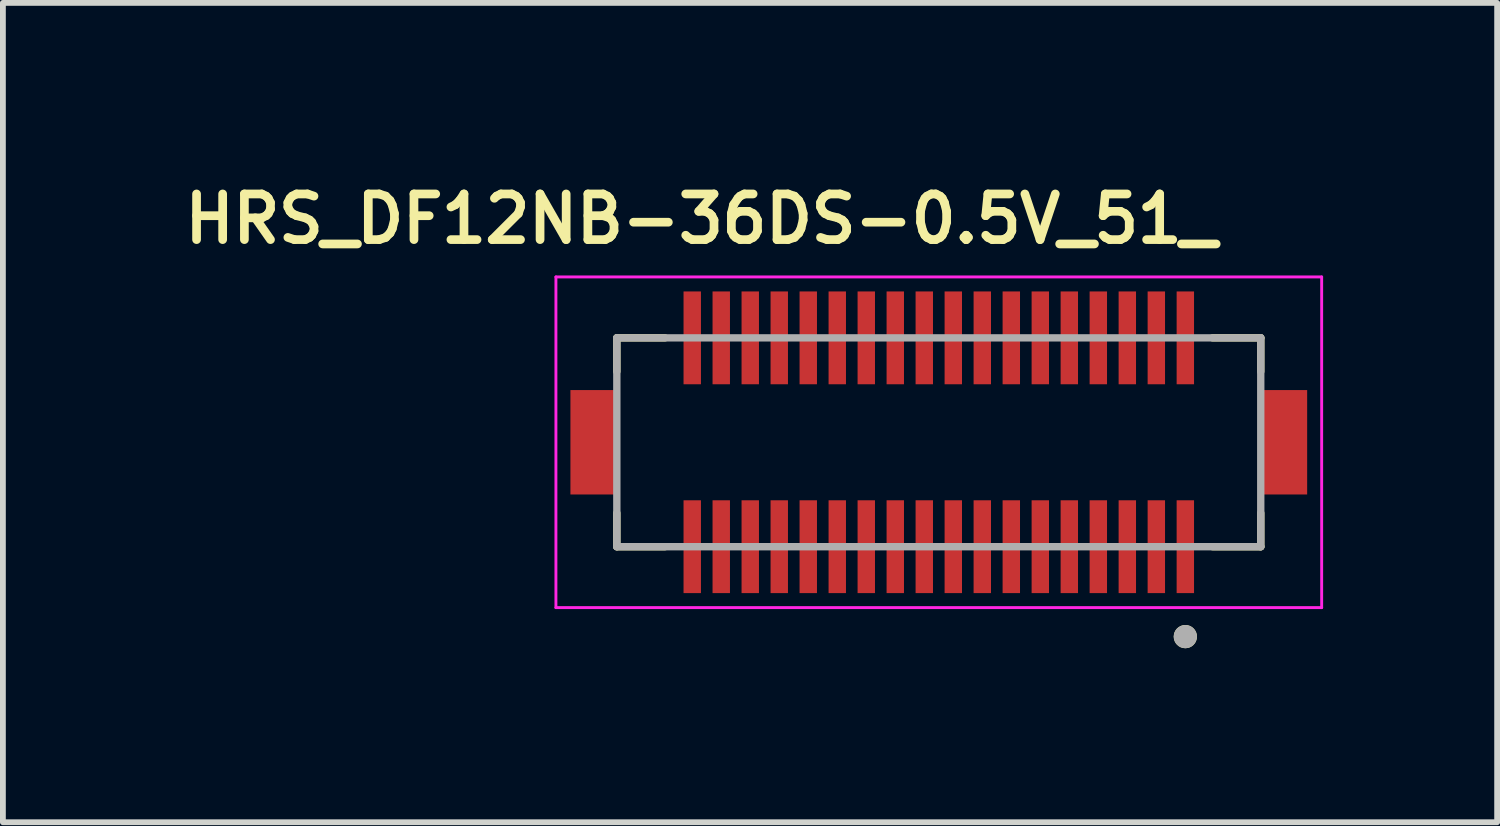
<source format=kicad_pcb>
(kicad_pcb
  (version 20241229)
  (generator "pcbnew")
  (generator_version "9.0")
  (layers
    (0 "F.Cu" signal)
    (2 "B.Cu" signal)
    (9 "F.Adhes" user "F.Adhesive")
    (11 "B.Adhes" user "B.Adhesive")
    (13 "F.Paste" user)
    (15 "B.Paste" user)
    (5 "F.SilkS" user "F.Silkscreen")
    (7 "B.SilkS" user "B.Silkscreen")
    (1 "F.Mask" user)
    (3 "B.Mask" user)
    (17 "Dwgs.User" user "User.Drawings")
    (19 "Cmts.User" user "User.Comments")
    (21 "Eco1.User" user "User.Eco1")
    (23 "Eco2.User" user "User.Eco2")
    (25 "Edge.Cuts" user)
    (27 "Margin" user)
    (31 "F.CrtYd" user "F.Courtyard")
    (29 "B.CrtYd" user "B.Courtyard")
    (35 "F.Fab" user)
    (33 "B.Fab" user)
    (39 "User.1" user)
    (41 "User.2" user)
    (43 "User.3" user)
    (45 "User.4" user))
  (footprint "HRS_DF12NB-36DS-0.5V_51_"
    (layer "F.Cu")
    (at 13.133 4.574)
    (property "Reference" "HRS_DF12NB-36DS-0.5V_51_" (at -4.1 -3.85 0) (layer "F.SilkS") (effects (font (size 0.787 0.787) (thickness 0.15))))
    (attr smd)
    (fp_poly (pts (xy -4.45 -2.65) (xy -4.05 -2.65) (xy -4.05 -0.95) (xy -4.45 -0.95)) (stroke (width 0.01) (type solid)) (fill yes) (layer "F.Mask"))
    (fp_poly (pts (xy -4.45 0.95) (xy -4.05 0.95) (xy -4.05 2.65) (xy -4.45 2.65)) (stroke (width 0.01) (type solid)) (fill yes) (layer "F.Mask"))
    (fp_poly (pts (xy -3.95 -2.65) (xy -3.55 -2.65) (xy -3.55 -0.95) (xy -3.95 -0.95)) (stroke (width 0.01) (type solid)) (fill yes) (layer "F.Mask"))
    (fp_poly (pts (xy -3.95 0.95) (xy -3.55 0.95) (xy -3.55 2.65) (xy -3.95 2.65)) (stroke (width 0.01) (type solid)) (fill yes) (layer "F.Mask"))
    (fp_poly (pts (xy -3.45 -2.65) (xy -3.05 -2.65) (xy -3.05 -0.95) (xy -3.45 -0.95)) (stroke (width 0.01) (type solid)) (fill yes) (layer "F.Mask"))
    (fp_poly (pts (xy -3.45 0.95) (xy -3.05 0.95) (xy -3.05 2.65) (xy -3.45 2.65)) (stroke (width 0.01) (type solid)) (fill yes) (layer "F.Mask"))
    (fp_poly (pts (xy -2.95 -2.65) (xy -2.55 -2.65) (xy -2.55 -0.95) (xy -2.95 -0.95)) (stroke (width 0.01) (type solid)) (fill yes) (layer "F.Mask"))
    (fp_poly (pts (xy -2.95 0.95) (xy -2.55 0.95) (xy -2.55 2.65) (xy -2.95 2.65)) (stroke (width 0.01) (type solid)) (fill yes) (layer "F.Mask"))
    (fp_poly (pts (xy -2.45 -2.65) (xy -2.05 -2.65) (xy -2.05 -0.95) (xy -2.45 -0.95)) (stroke (width 0.01) (type solid)) (fill yes) (layer "F.Mask"))
    (fp_poly (pts (xy -2.45 0.95) (xy -2.05 0.95) (xy -2.05 2.65) (xy -2.45 2.65)) (stroke (width 0.01) (type solid)) (fill yes) (layer "F.Mask"))
    (fp_poly (pts (xy -1.95 -2.65) (xy -1.55 -2.65) (xy -1.55 -0.95) (xy -1.95 -0.95)) (stroke (width 0.01) (type solid)) (fill yes) (layer "F.Mask"))
    (fp_poly (pts (xy -1.95 0.95) (xy -1.55 0.95) (xy -1.55 2.65) (xy -1.95 2.65)) (stroke (width 0.01) (type solid)) (fill yes) (layer "F.Mask"))
    (fp_poly (pts (xy -1.45 -2.65) (xy -1.05 -2.65) (xy -1.05 -0.95) (xy -1.45 -0.95)) (stroke (width 0.01) (type solid)) (fill yes) (layer "F.Mask"))
    (fp_poly (pts (xy -1.45 0.95) (xy -1.05 0.95) (xy -1.05 2.65) (xy -1.45 2.65)) (stroke (width 0.01) (type solid)) (fill yes) (layer "F.Mask"))
    (fp_poly (pts (xy -0.95 -2.65) (xy -0.55 -2.65) (xy -0.55 -0.95) (xy -0.95 -0.95)) (stroke (width 0.01) (type solid)) (fill yes) (layer "F.Mask"))
    (fp_poly (pts (xy -0.95 0.95) (xy -0.55 0.95) (xy -0.55 2.65) (xy -0.95 2.65)) (stroke (width 0.01) (type solid)) (fill yes) (layer "F.Mask"))
    (fp_poly (pts (xy -0.45 -2.65) (xy -0.05 -2.65) (xy -0.05 -0.95) (xy -0.45 -0.95)) (stroke (width 0.01) (type solid)) (fill yes) (layer "F.Mask"))
    (fp_poly (pts (xy -0.45 0.95) (xy -0.05 0.95) (xy -0.05 2.65) (xy -0.45 2.65)) (stroke (width 0.01) (type solid)) (fill yes) (layer "F.Mask"))
    (fp_poly (pts (xy 0.05 -2.65) (xy 0.45 -2.65) (xy 0.45 -0.95) (xy 0.05 -0.95)) (stroke (width 0.01) (type solid)) (fill yes) (layer "F.Mask"))
    (fp_poly (pts (xy 0.05 0.95) (xy 0.45 0.95) (xy 0.45 2.65) (xy 0.05 2.65)) (stroke (width 0.01) (type solid)) (fill yes) (layer "F.Mask"))
    (fp_poly (pts (xy 0.55 -2.65) (xy 0.95 -2.65) (xy 0.95 -0.95) (xy 0.55 -0.95)) (stroke (width 0.01) (type solid)) (fill yes) (layer "F.Mask"))
    (fp_poly (pts (xy 0.55 0.95) (xy 0.95 0.95) (xy 0.95 2.65) (xy 0.55 2.65)) (stroke (width 0.01) (type solid)) (fill yes) (layer "F.Mask"))
    (fp_poly (pts (xy 1.05 -2.65) (xy 1.45 -2.65) (xy 1.45 -0.95) (xy 1.05 -0.95)) (stroke (width 0.01) (type solid)) (fill yes) (layer "F.Mask"))
    (fp_poly (pts (xy 1.05 0.95) (xy 1.45 0.95) (xy 1.45 2.65) (xy 1.05 2.65)) (stroke (width 0.01) (type solid)) (fill yes) (layer "F.Mask"))
    (fp_poly (pts (xy 1.55 -2.65) (xy 1.95 -2.65) (xy 1.95 -0.95) (xy 1.55 -0.95)) (stroke (width 0.01) (type solid)) (fill yes) (layer "F.Mask"))
    (fp_poly (pts (xy 1.55 0.95) (xy 1.95 0.95) (xy 1.95 2.65) (xy 1.55 2.65)) (stroke (width 0.01) (type solid)) (fill yes) (layer "F.Mask"))
    (fp_poly (pts (xy 2.05 -2.65) (xy 2.45 -2.65) (xy 2.45 -0.95) (xy 2.05 -0.95)) (stroke (width 0.01) (type solid)) (fill yes) (layer "F.Mask"))
    (fp_poly (pts (xy 2.05 0.95) (xy 2.45 0.95) (xy 2.45 2.65) (xy 2.05 2.65)) (stroke (width 0.01) (type solid)) (fill yes) (layer "F.Mask"))
    (fp_poly (pts (xy 2.55 -2.65) (xy 2.95 -2.65) (xy 2.95 -0.95) (xy 2.55 -0.95)) (stroke (width 0.01) (type solid)) (fill yes) (layer "F.Mask"))
    (fp_poly (pts (xy 2.55 0.95) (xy 2.95 0.95) (xy 2.95 2.65) (xy 2.55 2.65)) (stroke (width 0.01) (type solid)) (fill yes) (layer "F.Mask"))
    (fp_poly (pts (xy 3.05 -2.65) (xy 3.45 -2.65) (xy 3.45 -0.95) (xy 3.05 -0.95)) (stroke (width 0.01) (type solid)) (fill yes) (layer "F.Mask"))
    (fp_poly (pts (xy 3.05 0.95) (xy 3.45 0.95) (xy 3.45 2.65) (xy 3.05 2.65)) (stroke (width 0.01) (type solid)) (fill yes) (layer "F.Mask"))
    (fp_poly (pts (xy 3.55 -2.65) (xy 3.95 -2.65) (xy 3.95 -0.95) (xy 3.55 -0.95)) (stroke (width 0.01) (type solid)) (fill yes) (layer "F.Mask"))
    (fp_poly (pts (xy 3.55 0.95) (xy 3.95 0.95) (xy 3.95 2.65) (xy 3.55 2.65)) (stroke (width 0.01) (type solid)) (fill yes) (layer "F.Mask"))
    (fp_poly (pts (xy 4.05 -2.65) (xy 4.45 -2.65) (xy 4.45 -0.95) (xy 4.05 -0.95)) (stroke (width 0.01) (type solid)) (fill yes) (layer "F.Mask"))
    (fp_poly (pts (xy 4.05 0.95) (xy 4.45 0.95) (xy 4.45 2.65) (xy 4.05 2.65)) (stroke (width 0.01) (type solid)) (fill yes) (layer "F.Mask"))
    (fp_line (start -5.55 -1.8) (end -5.55 -1.22) (stroke (width 0.127) (type solid)) (layer "F.SilkS"))
    (fp_line (start -5.55 1.8) (end -5.55 1.22) (stroke (width 0.127) (type solid)) (layer "F.SilkS"))
    (fp_line (start -5.55 1.8) (end -4.72 1.8) (stroke (width 0.127) (type solid)) (layer "F.SilkS"))
    (fp_line (start -4.72 -1.8) (end -5.55 -1.8) (stroke (width 0.127) (type solid)) (layer "F.SilkS"))
    (fp_line (start 4.72 1.8) (end 5.55 1.8) (stroke (width 0.127) (type solid)) (layer "F.SilkS"))
    (fp_line (start 5.55 -1.8) (end 4.72 -1.8) (stroke (width 0.127) (type solid)) (layer "F.SilkS"))
    (fp_line (start 5.55 -1.22) (end 5.55 -1.8) (stroke (width 0.127) (type solid)) (layer "F.SilkS"))
    (fp_line (start 5.55 1.8) (end 5.55 1.22) (stroke (width 0.127) (type solid)) (layer "F.SilkS"))
    (fp_circle (center 4.25 3.35) (end 4.35 3.35) (stroke (width 0.2) (type solid)) (fill no) (layer "F.SilkS"))
    (fp_poly (pts (xy -4.39 -2.6) (xy -4.11 -2.6) (xy -4.11 -1.4) (xy -4.39 -1.4)) (stroke (width 0.01) (type solid)) (fill yes) (layer "F.Paste"))
    (fp_poly (pts (xy -4.39 1.4) (xy -4.11 1.4) (xy -4.11 2.6) (xy -4.39 2.6)) (stroke (width 0.01) (type solid)) (fill yes) (layer "F.Paste"))
    (fp_poly (pts (xy -3.89 -2.6) (xy -3.61 -2.6) (xy -3.61 -1.4) (xy -3.89 -1.4)) (stroke (width 0.01) (type solid)) (fill yes) (layer "F.Paste"))
    (fp_poly (pts (xy -3.89 1.4) (xy -3.61 1.4) (xy -3.61 2.6) (xy -3.89 2.6)) (stroke (width 0.01) (type solid)) (fill yes) (layer "F.Paste"))
    (fp_poly (pts (xy -3.39 -2.6) (xy -3.11 -2.6) (xy -3.11 -1.4) (xy -3.39 -1.4)) (stroke (width 0.01) (type solid)) (fill yes) (layer "F.Paste"))
    (fp_poly (pts (xy -3.39 1.4) (xy -3.11 1.4) (xy -3.11 2.6) (xy -3.39 2.6)) (stroke (width 0.01) (type solid)) (fill yes) (layer "F.Paste"))
    (fp_poly (pts (xy -2.89 -2.6) (xy -2.61 -2.6) (xy -2.61 -1.4) (xy -2.89 -1.4)) (stroke (width 0.01) (type solid)) (fill yes) (layer "F.Paste"))
    (fp_poly (pts (xy -2.89 1.4) (xy -2.61 1.4) (xy -2.61 2.6) (xy -2.89 2.6)) (stroke (width 0.01) (type solid)) (fill yes) (layer "F.Paste"))
    (fp_poly (pts (xy -2.39 -2.6) (xy -2.11 -2.6) (xy -2.11 -1.4) (xy -2.39 -1.4)) (stroke (width 0.01) (type solid)) (fill yes) (layer "F.Paste"))
    (fp_poly (pts (xy -2.39 1.4) (xy -2.11 1.4) (xy -2.11 2.6) (xy -2.39 2.6)) (stroke (width 0.01) (type solid)) (fill yes) (layer "F.Paste"))
    (fp_poly (pts (xy -1.89 -2.6) (xy -1.61 -2.6) (xy -1.61 -1.4) (xy -1.89 -1.4)) (stroke (width 0.01) (type solid)) (fill yes) (layer "F.Paste"))
    (fp_poly (pts (xy -1.89 1.4) (xy -1.61 1.4) (xy -1.61 2.6) (xy -1.89 2.6)) (stroke (width 0.01) (type solid)) (fill yes) (layer "F.Paste"))
    (fp_poly (pts (xy -1.39 -2.6) (xy -1.11 -2.6) (xy -1.11 -1.4) (xy -1.39 -1.4)) (stroke (width 0.01) (type solid)) (fill yes) (layer "F.Paste"))
    (fp_poly (pts (xy -1.39 1.4) (xy -1.11 1.4) (xy -1.11 2.6) (xy -1.39 2.6)) (stroke (width 0.01) (type solid)) (fill yes) (layer "F.Paste"))
    (fp_poly (pts (xy -0.89 -2.6) (xy -0.61 -2.6) (xy -0.61 -1.4) (xy -0.89 -1.4)) (stroke (width 0.01) (type solid)) (fill yes) (layer "F.Paste"))
    (fp_poly (pts (xy -0.89 1.4) (xy -0.61 1.4) (xy -0.61 2.6) (xy -0.89 2.6)) (stroke (width 0.01) (type solid)) (fill yes) (layer "F.Paste"))
    (fp_poly (pts (xy -0.39 -2.6) (xy -0.11 -2.6) (xy -0.11 -1.4) (xy -0.39 -1.4)) (stroke (width 0.01) (type solid)) (fill yes) (layer "F.Paste"))
    (fp_poly (pts (xy -0.39 1.4) (xy -0.11 1.4) (xy -0.11 2.6) (xy -0.39 2.6)) (stroke (width 0.01) (type solid)) (fill yes) (layer "F.Paste"))
    (fp_poly (pts (xy 0.11 -2.6) (xy 0.39 -2.6) (xy 0.39 -1.4) (xy 0.11 -1.4)) (stroke (width 0.01) (type solid)) (fill yes) (layer "F.Paste"))
    (fp_poly (pts (xy 0.11 1.4) (xy 0.39 1.4) (xy 0.39 2.6) (xy 0.11 2.6)) (stroke (width 0.01) (type solid)) (fill yes) (layer "F.Paste"))
    (fp_poly (pts (xy 0.61 -2.6) (xy 0.89 -2.6) (xy 0.89 -1.4) (xy 0.61 -1.4)) (stroke (width 0.01) (type solid)) (fill yes) (layer "F.Paste"))
    (fp_poly (pts (xy 0.61 1.4) (xy 0.89 1.4) (xy 0.89 2.6) (xy 0.61 2.6)) (stroke (width 0.01) (type solid)) (fill yes) (layer "F.Paste"))
    (fp_poly (pts (xy 1.11 -2.6) (xy 1.39 -2.6) (xy 1.39 -1.4) (xy 1.11 -1.4)) (stroke (width 0.01) (type solid)) (fill yes) (layer "F.Paste"))
    (fp_poly (pts (xy 1.11 1.4) (xy 1.39 1.4) (xy 1.39 2.6) (xy 1.11 2.6)) (stroke (width 0.01) (type solid)) (fill yes) (layer "F.Paste"))
    (fp_poly (pts (xy 1.61 -2.6) (xy 1.89 -2.6) (xy 1.89 -1.4) (xy 1.61 -1.4)) (stroke (width 0.01) (type solid)) (fill yes) (layer "F.Paste"))
    (fp_poly (pts (xy 1.61 1.4) (xy 1.89 1.4) (xy 1.89 2.6) (xy 1.61 2.6)) (stroke (width 0.01) (type solid)) (fill yes) (layer "F.Paste"))
    (fp_poly (pts (xy 2.11 -2.6) (xy 2.39 -2.6) (xy 2.39 -1.4) (xy 2.11 -1.4)) (stroke (width 0.01) (type solid)) (fill yes) (layer "F.Paste"))
    (fp_poly (pts (xy 2.11 1.4) (xy 2.39 1.4) (xy 2.39 2.6) (xy 2.11 2.6)) (stroke (width 0.01) (type solid)) (fill yes) (layer "F.Paste"))
    (fp_poly (pts (xy 2.61 -2.6) (xy 2.89 -2.6) (xy 2.89 -1.4) (xy 2.61 -1.4)) (stroke (width 0.01) (type solid)) (fill yes) (layer "F.Paste"))
    (fp_poly (pts (xy 2.61 1.4) (xy 2.89 1.4) (xy 2.89 2.6) (xy 2.61 2.6)) (stroke (width 0.01) (type solid)) (fill yes) (layer "F.Paste"))
    (fp_poly (pts (xy 3.11 -2.6) (xy 3.39 -2.6) (xy 3.39 -1.4) (xy 3.11 -1.4)) (stroke (width 0.01) (type solid)) (fill yes) (layer "F.Paste"))
    (fp_poly (pts (xy 3.11 1.4) (xy 3.39 1.4) (xy 3.39 2.6) (xy 3.11 2.6)) (stroke (width 0.01) (type solid)) (fill yes) (layer "F.Paste"))
    (fp_poly (pts (xy 3.61 -2.6) (xy 3.89 -2.6) (xy 3.89 -1.4) (xy 3.61 -1.4)) (stroke (width 0.01) (type solid)) (fill yes) (layer "F.Paste"))
    (fp_poly (pts (xy 3.61 1.4) (xy 3.89 1.4) (xy 3.89 2.6) (xy 3.61 2.6)) (stroke (width 0.01) (type solid)) (fill yes) (layer "F.Paste"))
    (fp_poly (pts (xy 4.11 -2.6) (xy 4.39 -2.6) (xy 4.39 -1.4) (xy 4.11 -1.4)) (stroke (width 0.01) (type solid)) (fill yes) (layer "F.Paste"))
    (fp_poly (pts (xy 4.11 1.4) (xy 4.39 1.4) (xy 4.39 2.6) (xy 4.11 2.6)) (stroke (width 0.01) (type solid)) (fill yes) (layer "F.Paste"))
    (fp_line (start -6.6 -2.85) (end -6.6 2.85) (stroke (width 0.05) (type solid)) (layer "F.CrtYd"))
    (fp_line (start -6.6 2.85) (end 6.6 2.85) (stroke (width 0.05) (type solid)) (layer "F.CrtYd"))
    (fp_line (start 6.6 -2.85) (end -6.6 -2.85) (stroke (width 0.05) (type solid)) (layer "F.CrtYd"))
    (fp_line (start 6.6 2.85) (end 6.6 -2.85) (stroke (width 0.05) (type solid)) (layer "F.CrtYd"))
    (fp_line (start -5.55 -1.8) (end -5.55 1.8) (stroke (width 0.127) (type solid)) (layer "F.Fab"))
    (fp_line (start -5.55 1.8) (end 5.55 1.8) (stroke (width 0.127) (type solid)) (layer "F.Fab"))
    (fp_line (start 5.55 -1.8) (end -5.55 -1.8) (stroke (width 0.127) (type solid)) (layer "F.Fab"))
    (fp_line (start 5.55 1.8) (end 5.55 -1.8) (stroke (width 0.127) (type solid)) (layer "F.Fab"))
    (fp_circle (center 4.25 3.35) (end 4.35 3.35) (stroke (width 0.2) (type solid)) (fill no) (layer "F.Fab"))
    (pad "1" smd rect (at 4.25 1.8) (size 0.3 1.6) (layers "F.Cu"))
    (pad "2" smd rect (at 4.25 -1.8) (size 0.3 1.6) (layers "F.Cu"))
    (pad "3" smd rect (at 3.75 1.8) (size 0.3 1.6) (layers "F.Cu"))
    (pad "4" smd rect (at 3.75 -1.8) (size 0.3 1.6) (layers "F.Cu"))
    (pad "5" smd rect (at 3.25 1.8) (size 0.3 1.6) (layers "F.Cu"))
    (pad "6" smd rect (at 3.25 -1.8) (size 0.3 1.6) (layers "F.Cu"))
    (pad "7" smd rect (at 2.75 1.8) (size 0.3 1.6) (layers "F.Cu"))
    (pad "8" smd rect (at 2.75 -1.8) (size 0.3 1.6) (layers "F.Cu"))
    (pad "9" smd rect (at 2.25 1.8) (size 0.3 1.6) (layers "F.Cu"))
    (pad "10" smd rect (at 2.25 -1.8) (size 0.3 1.6) (layers "F.Cu"))
    (pad "11" smd rect (at 1.75 1.8) (size 0.3 1.6) (layers "F.Cu"))
    (pad "12" smd rect (at 1.75 -1.8) (size 0.3 1.6) (layers "F.Cu"))
    (pad "13" smd rect (at 1.25 1.8) (size 0.3 1.6) (layers "F.Cu"))
    (pad "14" smd rect (at 1.25 -1.8) (size 0.3 1.6) (layers "F.Cu"))
    (pad "15" smd rect (at 0.75 1.8) (size 0.3 1.6) (layers "F.Cu"))
    (pad "16" smd rect (at 0.75 -1.8) (size 0.3 1.6) (layers "F.Cu"))
    (pad "17" smd rect (at 0.25 1.8) (size 0.3 1.6) (layers "F.Cu"))
    (pad "18" smd rect (at 0.25 -1.8) (size 0.3 1.6) (layers "F.Cu"))
    (pad "19" smd rect (at -0.25 1.8) (size 0.3 1.6) (layers "F.Cu"))
    (pad "20" smd rect (at -0.25 -1.8) (size 0.3 1.6) (layers "F.Cu"))
    (pad "21" smd rect (at -0.75 1.8) (size 0.3 1.6) (layers "F.Cu"))
    (pad "22" smd rect (at -0.75 -1.8) (size 0.3 1.6) (layers "F.Cu"))
    (pad "23" smd rect (at -1.25 1.8) (size 0.3 1.6) (layers "F.Cu"))
    (pad "24" smd rect (at -1.25 -1.8) (size 0.3 1.6) (layers "F.Cu"))
    (pad "25" smd rect (at -1.75 1.8) (size 0.3 1.6) (layers "F.Cu"))
    (pad "26" smd rect (at -1.75 -1.8) (size 0.3 1.6) (layers "F.Cu"))
    (pad "27" smd rect (at -2.25 1.8) (size 0.3 1.6) (layers "F.Cu"))
    (pad "28" smd rect (at -2.25 -1.8) (size 0.3 1.6) (layers "F.Cu"))
    (pad "29" smd rect (at -2.75 1.8) (size 0.3 1.6) (layers "F.Cu"))
    (pad "30" smd rect (at -2.75 -1.8) (size 0.3 1.6) (layers "F.Cu"))
    (pad "31" smd rect (at -3.25 1.8) (size 0.3 1.6) (layers "F.Cu"))
    (pad "32" smd rect (at -3.25 -1.8) (size 0.3 1.6) (layers "F.Cu"))
    (pad "33" smd rect (at -3.75 1.8) (size 0.3 1.6) (layers "F.Cu"))
    (pad "34" smd rect (at -3.75 -1.8) (size 0.3 1.6) (layers "F.Cu"))
    (pad "35" smd rect (at -4.25 1.8) (size 0.3 1.6) (layers "F.Cu"))
    (pad "36" smd rect (at -4.25 -1.8) (size 0.3 1.6) (layers "F.Cu"))
    (pad "S1" smd rect (at 5.95 0) (size 0.8 1.8) (layers "F.Cu" "F.Mask" "F.Paste"))
    (pad "S2" smd rect (at -5.95 0) (size 0.8 1.8) (layers "F.Cu" "F.Mask" "F.Paste"))
    (zone (net_name "") (layer "F.Cu") (hatch full 0.508) (connect_pads) (min_thickness 0.01) (filled_areas_thickness no) (keepout (tracks not_allowed) (vias not_allowed) (pads not_allowed) (copperpour not_allowed) (footprints allowed)) (placement (enabled no)) (fill) (polygon (pts (xy 7.583 3.574) (xy 18.683 3.574) (xy 18.683 5.574) (xy 7.583 5.574))))
    (zone (net_name "") (layers "F.Cu" "B.Cu") (hatch full 0.508) (connect_pads) (min_thickness 0.01) (filled_areas_thickness no) (keepout (tracks allowed) (vias not_allowed) (pads allowed) (copperpour allowed) (footprints allowed)) (placement (enabled no)) (fill) (polygon (pts (xy 7.583 3.574) (xy 18.683 3.574) (xy 18.683 5.574) (xy 7.583 5.574)))))
  (gr_rect
    (start -3 -3)
    (end 22.758 11.124)
    (stroke (width 0.1) (type default))
    (fill no)
    (layer "Edge.Cuts")))
</source>
